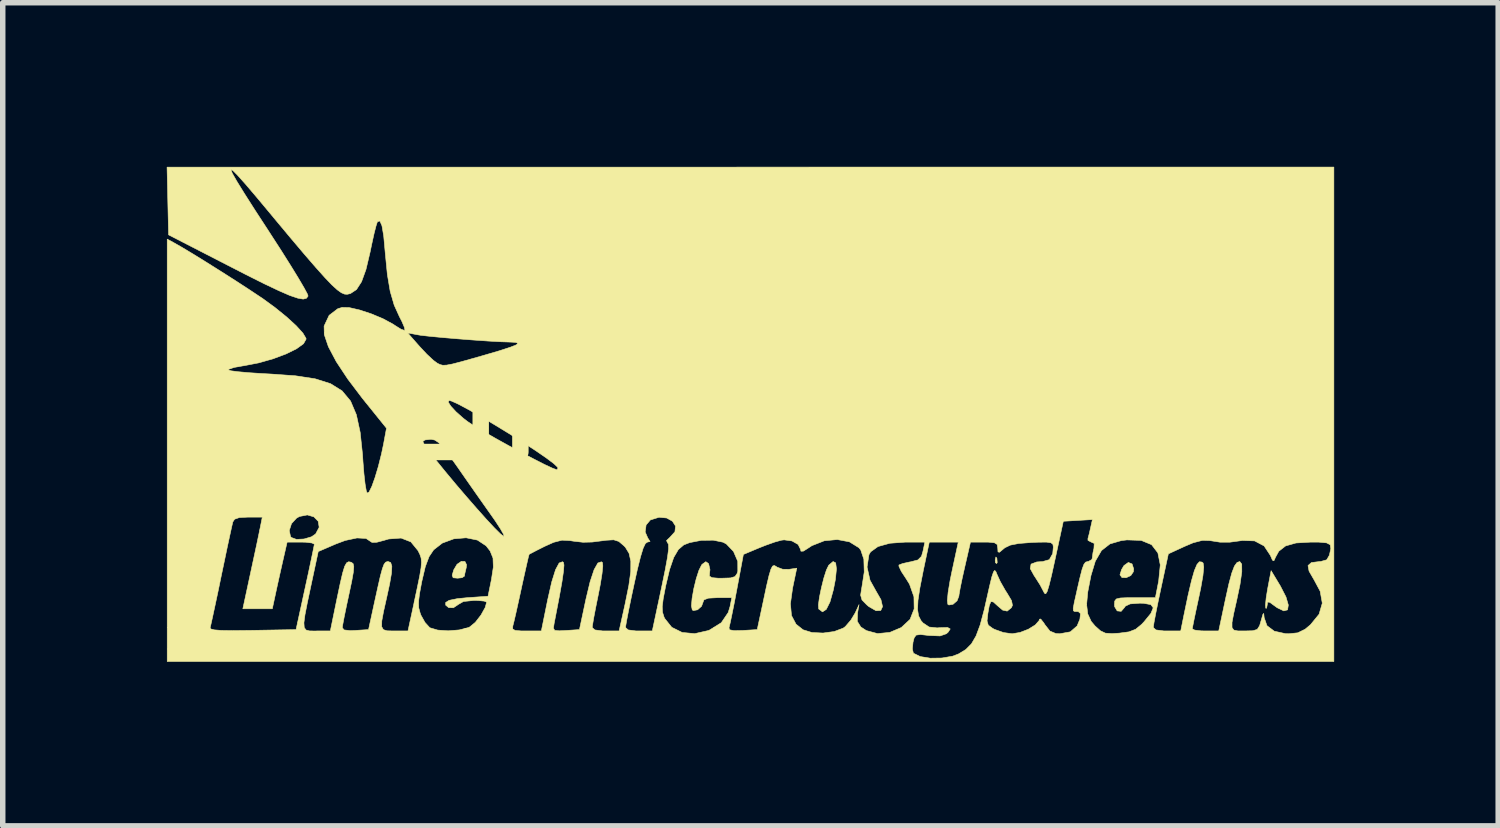
<source format=kicad_pcb>
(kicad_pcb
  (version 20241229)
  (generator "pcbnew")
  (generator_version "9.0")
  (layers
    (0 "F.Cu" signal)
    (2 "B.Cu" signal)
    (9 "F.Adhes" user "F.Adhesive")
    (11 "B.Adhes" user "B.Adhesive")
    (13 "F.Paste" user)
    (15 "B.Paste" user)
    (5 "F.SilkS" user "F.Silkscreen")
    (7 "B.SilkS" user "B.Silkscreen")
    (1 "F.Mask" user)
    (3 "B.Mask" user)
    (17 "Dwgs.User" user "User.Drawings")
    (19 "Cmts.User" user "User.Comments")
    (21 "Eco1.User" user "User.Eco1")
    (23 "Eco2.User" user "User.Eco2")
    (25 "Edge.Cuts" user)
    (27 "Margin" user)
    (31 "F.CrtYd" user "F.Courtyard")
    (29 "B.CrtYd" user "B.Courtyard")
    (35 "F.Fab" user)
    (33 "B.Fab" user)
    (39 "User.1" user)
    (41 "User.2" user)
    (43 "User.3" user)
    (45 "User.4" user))
  (footprint "LimeSimbol"
    (layer "F.Cu")
    (at 10.676 4.527)
    (property "Reference" "LimeSimbol" (at 0 0 0) (layer "F.SilkS") (effects (font (size 1.524 1.524) (thickness 0.3))))
    (attr through_hole)
    (fp_poly (pts (xy 4.505 2.632) (xy 4.511 2.711) (xy 4.501 2.729) (xy 4.478 2.714) (xy 4.474 2.663) (xy 4.487 2.609) (xy 4.505 2.632)) (stroke (width 0.01) (type solid)) (fill yes) (layer "F.SilkS"))
    (fp_poly (pts (xy 6.977 2.736) (xy 7.007 2.828) (xy 7.002 2.878) (xy 6.955 2.948) (xy 6.872 2.987) (xy 6.793 2.986) (xy 6.756 2.936) (xy 6.756 2.934) (xy 6.785 2.84) (xy 6.829 2.766) (xy 6.909 2.709) (xy 6.977 2.736)) (stroke (width 0.01) (type solid)) (fill yes) (layer "F.SilkS"))
    (fp_poly (pts (xy -5.223 2.691) (xy -5.193 2.752) (xy -5.2 2.807) (xy -5.225 2.912) (xy -5.232 2.959) (xy -5.276 2.988) (xy -5.357 2.997) (xy -5.439 2.989) (xy -5.457 2.943) (xy -5.428 2.845) (xy -5.367 2.742) (xy -5.289 2.689) (xy -5.223 2.691)) (stroke (width 0.01) (type solid)) (fill yes) (layer "F.SilkS"))
    (fp_poly (pts (xy 9.69 3.141) (xy 9.792 3.34) (xy 9.835 3.488) (xy 9.821 3.576) (xy 9.752 3.595) (xy 9.631 3.537) (xy 9.584 3.503) (xy 9.493 3.437) (xy 9.456 3.434) (xy 9.449 3.485) (xy 9.437 3.546) (xy 9.422 3.546) (xy 9.417 3.486) (xy 9.43 3.355) (xy 9.457 3.189) (xy 9.52 2.859) (xy 9.69 3.141)) (stroke (width 0.01) (type solid)) (fill yes) (layer "F.SilkS"))
    (fp_poly (pts (xy 1.557 2.717) (xy 1.571 2.827) (xy 1.552 3.019) (xy 1.515 3.209) (xy 1.453 3.431) (xy 1.385 3.567) (xy 1.316 3.613) (xy 1.249 3.562) (xy 1.246 3.558) (xy 1.241 3.484) (xy 1.26 3.345) (xy 1.296 3.171) (xy 1.34 2.995) (xy 1.387 2.848) (xy 1.429 2.761) (xy 1.43 2.759) (xy 1.51 2.692) (xy 1.557 2.717)) (stroke (width 0.01) (type solid)) (fill yes) (layer "F.SilkS"))
    (fp_poly (pts (xy 10.668 4.521) (xy -10.668 4.521) (xy -10.668 4.292) (xy 2.959 4.292) (xy 2.978 4.368) (xy 2.979 4.369) (xy 3.103 4.43) (xy 3.287 4.46) (xy 3.497 4.457) (xy 3.697 4.423) (xy 3.806 4.381) (xy 3.937 4.301) (xy 4.04 4.197) (xy 4.124 4.053) (xy 4.199 3.852) (xy 4.273 3.576) (xy 4.313 3.399) (xy 4.371 3.143) (xy 4.412 2.974) (xy 4.443 2.882) (xy 4.466 2.854) (xy 4.488 2.879) (xy 4.505 2.922) (xy 4.568 3.06) (xy 4.66 3.222) (xy 4.692 3.271) (xy 4.773 3.407) (xy 4.79 3.494) (xy 4.769 3.538) (xy 4.693 3.599) (xy 4.611 3.581) (xy 4.517 3.501) (xy 4.44 3.431) (xy 4.395 3.426) (xy 4.366 3.497) (xy 4.34 3.643) (xy 4.325 3.779) (xy 4.348 3.856) (xy 4.427 3.914) (xy 4.462 3.933) (xy 4.626 3.991) (xy 4.785 4.013) (xy 4.929 3.989) (xy 5.081 3.93) (xy 5.208 3.851) (xy 5.278 3.771) (xy 5.283 3.747) (xy 5.306 3.743) (xy 5.361 3.812) (xy 5.384 3.848) (xy 5.475 3.964) (xy 5.583 4.009) (xy 5.654 4.013) (xy 5.848 3.978) (xy 5.972 3.87) (xy 6.023 3.747) (xy 6.034 3.644) (xy 5.994 3.608) (xy 5.975 3.607) (xy 5.929 3.607) (xy 5.904 3.593) (xy 5.901 3.545) (xy 5.914 3.478) (xy 6.146 3.478) (xy 6.167 3.651) (xy 6.23 3.787) (xy 6.301 3.871) (xy 6.399 3.959) (xy 6.489 4.002) (xy 6.61 4.01) (xy 6.742 4.002) (xy 6.921 3.978) (xy 7.042 3.931) (xy 7.082 3.899) (xy 7.365 3.899) (xy 7.415 3.943) (xy 7.562 3.962) (xy 7.616 3.962) (xy 7.867 3.962) (xy 7.926 3.67) (xy 8.001 3.311) (xy 8.064 3.043) (xy 8.117 2.858) (xy 8.165 2.745) (xy 8.209 2.696) (xy 8.255 2.702) (xy 8.277 2.72) (xy 8.288 2.793) (xy 8.273 2.951) (xy 8.232 3.185) (xy 8.202 3.327) (xy 8.153 3.554) (xy 8.113 3.744) (xy 8.087 3.875) (xy 8.078 3.924) (xy 8.123 3.946) (xy 8.239 3.96) (xy 8.32 3.962) (xy 8.562 3.962) (xy 8.683 3.391) (xy 8.747 3.103) (xy 8.801 2.902) (xy 8.849 2.776) (xy 8.897 2.71) (xy 8.947 2.692) (xy 8.983 2.74) (xy 8.984 2.881) (xy 8.951 3.114) (xy 8.89 3.404) (xy 8.835 3.646) (xy 8.805 3.806) (xy 8.805 3.9) (xy 8.838 3.946) (xy 8.911 3.961) (xy 9.027 3.962) (xy 9.037 3.962) (xy 9.187 3.958) (xy 9.267 3.933) (xy 9.31 3.865) (xy 9.337 3.772) (xy 9.369 3.66) (xy 9.385 3.641) (xy 9.392 3.708) (xy 9.393 3.718) (xy 9.444 3.865) (xy 9.578 3.966) (xy 9.781 4.011) (xy 9.842 4.013) (xy 10.007 3.996) (xy 10.142 3.93) (xy 10.24 3.848) (xy 10.397 3.656) (xy 10.456 3.454) (xy 10.417 3.235) (xy 10.308 3.031) (xy 10.214 2.868) (xy 10.195 2.766) (xy 10.257 2.711) (xy 10.402 2.693) (xy 10.421 2.693) (xy 10.537 2.661) (xy 10.585 2.578) (xy 10.612 2.458) (xy 10.601 2.386) (xy 10.535 2.351) (xy 10.396 2.338) (xy 10.248 2.337) (xy 9.975 2.353) (xy 9.785 2.407) (xy 9.661 2.504) (xy 9.603 2.609) (xy 9.571 2.679) (xy 9.544 2.667) (xy 9.507 2.581) (xy 9.392 2.407) (xy 9.218 2.315) (xy 8.994 2.307) (xy 8.978 2.31) (xy 8.762 2.339) (xy 8.589 2.339) (xy 8.404 2.31) (xy 8.4 2.309) (xy 8.264 2.305) (xy 8.095 2.349) (xy 7.941 2.414) (xy 7.641 2.552) (xy 7.503 3.193) (xy 7.451 3.44) (xy 7.408 3.653) (xy 7.378 3.812) (xy 7.366 3.895) (xy 7.365 3.899) (xy 7.082 3.899) (xy 7.152 3.841) (xy 7.197 3.793) (xy 7.322 3.64) (xy 7.364 3.538) (xy 7.32 3.48) (xy 7.188 3.456) (xy 7.117 3.454) (xy 6.942 3.467) (xy 6.853 3.509) (xy 6.84 3.531) (xy 6.778 3.603) (xy 6.705 3.595) (xy 6.658 3.517) (xy 6.655 3.48) (xy 6.66 3.415) (xy 6.689 3.377) (xy 6.763 3.359) (xy 6.905 3.353) (xy 7.029 3.353) (xy 7.404 3.353) (xy 7.464 3.046) (xy 7.493 2.754) (xy 7.449 2.534) (xy 7.334 2.384) (xy 7.145 2.306) (xy 6.883 2.297) (xy 6.782 2.309) (xy 6.573 2.37) (xy 6.418 2.491) (xy 6.305 2.686) (xy 6.226 2.947) (xy 6.167 3.25) (xy 6.146 3.478) (xy 5.914 3.478) (xy 5.92 3.443) (xy 5.96 3.267) (xy 5.971 3.216) (xy 6.025 2.983) (xy 6.064 2.832) (xy 6.096 2.745) (xy 6.126 2.704) (xy 6.162 2.693) (xy 6.176 2.692) (xy 6.241 2.657) (xy 6.249 2.629) (xy 6.262 2.531) (xy 6.28 2.451) (xy 6.285 2.361) (xy 6.231 2.337) (xy 6.171 2.306) (xy 6.17 2.273) (xy 6.195 2.179) (xy 6.22 2.067) (xy 6.252 1.925) (xy 5.72 1.956) (xy 5.567 2.662) (xy 5.506 2.938) (xy 5.46 3.126) (xy 5.426 3.237) (xy 5.399 3.282) (xy 5.376 3.273) (xy 5.361 3.245) (xy 5.296 3.121) (xy 5.204 2.976) (xy 5.187 2.952) (xy 5.115 2.821) (xy 5.13 2.739) (xy 5.234 2.7) (xy 5.341 2.693) (xy 5.464 2.658) (xy 5.526 2.548) (xy 5.537 2.429) (xy 5.53 2.378) (xy 5.494 2.349) (xy 5.41 2.337) (xy 5.256 2.339) (xy 5.136 2.344) (xy 4.905 2.362) (xy 4.751 2.392) (xy 4.651 2.44) (xy 4.628 2.459) (xy 4.552 2.523) (xy 4.525 2.516) (xy 4.521 2.446) (xy 4.51 2.38) (xy 4.458 2.348) (xy 4.34 2.337) (xy 4.272 2.337) (xy 4.022 2.337) (xy 3.916 2.798) (xy 3.869 3.007) (xy 3.833 3.183) (xy 3.813 3.298) (xy 3.81 3.325) (xy 3.777 3.41) (xy 3.703 3.474) (xy 3.628 3.487) (xy 3.608 3.475) (xy 3.599 3.407) (xy 3.613 3.257) (xy 3.648 3.045) (xy 3.681 2.883) (xy 3.799 2.337) (xy 3.269 2.337) (xy 3.158 2.863) (xy 3.097 3.173) (xy 3.062 3.403) (xy 3.054 3.568) (xy 3.073 3.686) (xy 3.118 3.774) (xy 3.154 3.815) (xy 3.266 3.89) (xy 3.414 3.906) (xy 3.459 3.902) (xy 3.603 3.898) (xy 3.652 3.925) (xy 3.612 3.986) (xy 3.581 4.013) (xy 3.466 4.053) (xy 3.267 4.045) (xy 3.255 4.044) (xy 3.106 4.027) (xy 3.028 4.038) (xy 2.992 4.088) (xy 2.971 4.169) (xy 2.959 4.292) (xy -10.668 4.292) (xy -10.668 3.9) (xy -9.883 3.9) (xy -9.87 3.925) (xy -9.807 3.942) (xy -9.68 3.952) (xy -9.478 3.955) (xy -9.188 3.952) (xy -9.108 3.951) (xy -8.312 3.937) (xy -8.285 3.813) (xy -8.168 3.813) (xy -8.162 3.9) (xy -8.128 3.945) (xy -8.065 3.961) (xy -7.971 3.963) (xy -7.932 3.962) (xy -7.685 3.962) (xy -7.564 3.374) (xy -7.505 3.095) (xy -7.46 2.902) (xy -7.423 2.78) (xy -7.387 2.716) (xy -7.349 2.696) (xy -7.301 2.706) (xy -7.3 2.707) (xy -7.268 2.731) (xy -7.256 2.785) (xy -7.264 2.886) (xy -7.293 3.05) (xy -7.343 3.286) (xy -7.392 3.514) (xy -7.432 3.709) (xy -7.458 3.847) (xy -7.466 3.902) (xy -7.433 3.943) (xy -7.322 3.956) (xy -7.227 3.952) (xy -6.986 3.937) (xy -6.881 3.454) (xy -6.817 3.164) (xy -6.77 2.958) (xy -6.733 2.823) (xy -6.703 2.743) (xy -6.674 2.705) (xy -6.642 2.693) (xy -6.628 2.692) (xy -6.581 2.711) (xy -6.56 2.777) (xy -6.566 2.902) (xy -6.6 3.1) (xy -6.655 3.353) (xy -6.712 3.607) (xy -6.744 3.779) (xy -6.746 3.884) (xy -6.715 3.938) (xy -6.647 3.959) (xy -6.538 3.962) (xy -6.511 3.962) (xy -6.265 3.962) (xy -6.158 3.467) (xy -6.151 3.432) (xy -6.072 3.432) (xy -6.068 3.54) (xy -6.042 3.635) (xy -6.027 3.675) (xy -5.953 3.807) (xy -5.87 3.898) (xy -5.859 3.905) (xy -5.721 3.946) (xy -5.53 3.959) (xy -5.328 3.943) (xy -5.257 3.925) (xy -4.351 3.925) (xy -4.305 3.952) (xy -4.189 3.962) (xy -4.101 3.962) (xy -3.826 3.962) (xy -3.71 3.391) (xy -3.636 3.066) (xy -3.566 2.842) (xy -3.5 2.719) (xy -3.438 2.696) (xy -3.421 2.709) (xy -3.412 2.757) (xy -3.421 2.871) (xy -3.448 3.059) (xy -3.496 3.328) (xy -3.565 3.686) (xy -3.592 3.826) (xy -3.605 3.911) (xy -3.582 3.951) (xy -3.499 3.959) (xy -3.375 3.953) (xy -3.129 3.937) (xy -3.01 3.378) (xy -2.934 3.061) (xy -2.861 2.841) (xy -2.792 2.719) (xy -2.727 2.697) (xy -2.708 2.711) (xy -2.702 2.773) (xy -2.716 2.913) (xy -2.747 3.107) (xy -2.783 3.292) (xy -2.829 3.519) (xy -2.866 3.712) (xy -2.889 3.848) (xy -2.896 3.899) (xy -2.847 3.943) (xy -2.701 3.962) (xy -2.65 3.962) (xy -2.404 3.962) (xy -2.39 3.899) (xy -2.287 3.899) (xy -2.237 3.943) (xy -2.092 3.962) (xy -2.042 3.962) (xy -1.797 3.962) (xy -1.702 3.517) (xy -1.615 3.517) (xy -1.61 3.619) (xy -1.583 3.705) (xy -1.571 3.732) (xy -1.441 3.895) (xy -1.251 3.989) (xy -1.022 4.011) (xy -0.775 3.955) (xy -0.748 3.944) (xy -0.68 3.902) (xy -0.394 3.902) (xy -0.385 3.94) (xy -0.306 3.956) (xy -0.148 3.953) (xy 0.122 3.937) (xy 0.233 3.419) (xy 0.292 3.142) (xy 0.337 2.951) (xy 0.372 2.834) (xy 0.402 2.776) (xy 0.434 2.764) (xy 0.472 2.785) (xy 0.483 2.794) (xy 0.586 2.833) (xy 0.701 2.835) (xy 0.845 2.814) (xy 0.769 3.178) (xy 0.729 3.465) (xy 0.749 3.681) (xy 0.832 3.838) (xy 0.96 3.94) (xy 1.121 3.99) (xy 1.326 4) (xy 1.531 3.972) (xy 1.695 3.91) (xy 1.733 3.882) (xy 1.835 3.763) (xy 1.914 3.632) (xy 1.984 3.48) (xy 1.957 3.632) (xy 1.952 3.786) (xy 2.017 3.889) (xy 2.118 3.955) (xy 2.322 4.01) (xy 2.547 3.988) (xy 2.757 3.899) (xy 2.917 3.75) (xy 2.918 3.748) (xy 2.992 3.559) (xy 2.988 3.336) (xy 2.907 3.106) (xy 2.841 3) (xy 2.758 2.874) (xy 2.715 2.783) (xy 2.713 2.756) (xy 2.778 2.73) (xy 2.901 2.702) (xy 2.931 2.697) (xy 3.061 2.663) (xy 3.126 2.597) (xy 3.154 2.501) (xy 3.188 2.337) (xy 2.836 2.337) (xy 2.547 2.358) (xy 2.331 2.418) (xy 2.196 2.515) (xy 2.165 2.568) (xy 2.131 2.793) (xy 2.185 3.035) (xy 2.288 3.221) (xy 2.385 3.39) (xy 2.414 3.517) (xy 2.381 3.588) (xy 2.295 3.592) (xy 2.163 3.516) (xy 2.125 3.484) (xy 2.038 3.395) (xy 2.013 3.307) (xy 2.033 3.174) (xy 2.035 3.168) (xy 2.079 2.885) (xy 2.072 2.65) (xy 2.015 2.481) (xy 1.982 2.44) (xy 1.808 2.332) (xy 1.586 2.29) (xy 1.348 2.313) (xy 1.122 2.402) (xy 1.069 2.437) (xy 0.967 2.502) (xy 0.922 2.504) (xy 0.914 2.469) (xy 0.87 2.38) (xy 0.758 2.316) (xy 0.615 2.296) (xy 0.566 2.302) (xy 0.445 2.335) (xy 0.276 2.395) (xy 0.15 2.445) (xy -0.131 2.563) (xy -0.25 3.199) (xy -0.297 3.446) (xy -0.34 3.659) (xy -0.373 3.817) (xy -0.393 3.899) (xy -0.394 3.902) (xy -0.68 3.902) (xy -0.535 3.811) (xy -0.408 3.624) (xy -0.375 3.515) (xy -0.343 3.353) (xy -0.603 3.353) (xy -0.77 3.362) (xy -0.851 3.392) (xy -0.864 3.423) (xy -0.896 3.51) (xy -0.969 3.575) (xy -1.045 3.589) (xy -1.066 3.577) (xy -1.081 3.503) (xy -1.069 3.364) (xy -1.038 3.189) (xy -0.994 3.008) (xy -0.944 2.853) (xy -0.894 2.753) (xy -0.885 2.743) (xy -0.818 2.695) (xy -0.772 2.727) (xy -0.766 2.736) (xy -0.742 2.841) (xy -0.749 2.901) (xy -0.752 2.958) (xy -0.707 2.987) (xy -0.593 2.997) (xy -0.519 2.997) (xy -0.366 2.992) (xy -0.284 2.967) (xy -0.245 2.91) (xy -0.233 2.871) (xy -0.234 2.688) (xy -0.311 2.509) (xy -0.442 2.372) (xy -0.503 2.339) (xy -0.681 2.302) (xy -0.901 2.305) (xy -1.113 2.346) (xy -1.221 2.388) (xy -1.32 2.473) (xy -1.405 2.618) (xy -1.481 2.839) (xy -1.554 3.147) (xy -1.555 3.154) (xy -1.597 3.371) (xy -1.615 3.517) (xy -1.702 3.517) (xy -1.627 3.165) (xy -1.561 2.846) (xy -1.519 2.615) (xy -1.499 2.462) (xy -1.501 2.376) (xy -1.519 2.347) (xy -1.537 2.309) (xy -1.477 2.252) (xy -1.383 2.148) (xy -1.372 2.044) (xy -1.428 1.955) (xy -1.534 1.896) (xy -1.674 1.883) (xy -1.829 1.931) (xy -1.832 1.932) (xy -1.91 2.024) (xy -1.927 2.152) (xy -1.876 2.269) (xy -1.869 2.276) (xy -1.838 2.326) (xy -1.886 2.337) (xy -1.923 2.363) (xy -1.964 2.449) (xy -2.012 2.605) (xy -2.071 2.842) (xy -2.125 3.086) (xy -2.182 3.352) (xy -2.23 3.586) (xy -2.265 3.767) (xy -2.284 3.877) (xy -2.287 3.899) (xy -2.39 3.899) (xy -2.294 3.467) (xy -2.226 3.131) (xy -2.191 2.876) (xy -2.19 2.685) (xy -2.222 2.542) (xy -2.289 2.432) (xy -2.315 2.405) (xy -2.409 2.325) (xy -2.502 2.295) (xy -2.639 2.303) (xy -2.684 2.309) (xy -2.897 2.336) (xy -3.064 2.34) (xy -3.238 2.32) (xy -3.307 2.309) (xy -3.449 2.302) (xy -3.601 2.341) (xy -3.764 2.414) (xy -3.911 2.488) (xy -4.014 2.542) (xy -4.049 2.56) (xy -4.063 2.61) (xy -4.093 2.74) (xy -4.136 2.931) (xy -4.187 3.162) (xy -4.19 3.177) (xy -4.243 3.42) (xy -4.29 3.632) (xy -4.327 3.791) (xy -4.348 3.873) (xy -4.351 3.925) (xy -5.257 3.925) (xy -5.161 3.9) (xy -5.135 3.888) (xy -5.033 3.804) (xy -4.93 3.671) (xy -4.852 3.531) (xy -4.826 3.434) (xy -4.872 3.416) (xy -4.987 3.405) (xy -5.062 3.404) (xy -5.25 3.423) (xy -5.355 3.483) (xy -5.359 3.488) (xy -5.435 3.538) (xy -5.521 3.535) (xy -5.575 3.49) (xy -5.576 3.442) (xy -5.513 3.402) (xy -5.361 3.371) (xy -5.178 3.353) (xy -4.801 3.327) (xy -4.739 3.023) (xy -4.704 2.794) (xy -4.71 2.629) (xy -4.763 2.499) (xy -4.836 2.405) (xy -4.995 2.3) (xy -5.202 2.258) (xy -5.426 2.277) (xy -5.637 2.355) (xy -5.795 2.478) (xy -5.879 2.603) (xy -5.948 2.786) (xy -6.01 3.048) (xy -6.013 3.061) (xy -6.054 3.282) (xy -6.072 3.432) (xy -6.151 3.432) (xy -6.095 3.171) (xy -6.051 2.957) (xy -6.026 2.807) (xy -6.018 2.703) (xy -6.025 2.628) (xy -6.047 2.563) (xy -6.082 2.492) (xy -6.083 2.491) (xy -6.212 2.333) (xy -6.391 2.263) (xy -6.618 2.28) (xy -6.703 2.305) (xy -6.835 2.34) (xy -6.921 2.343) (xy -6.935 2.335) (xy -7.032 2.27) (xy -7.197 2.261) (xy -7.413 2.307) (xy -7.581 2.37) (xy -7.906 2.51) (xy -8.043 3.151) (xy -8.107 3.453) (xy -8.149 3.668) (xy -8.168 3.813) (xy -8.285 3.813) (xy -8.146 3.175) (xy -8.088 2.909) (xy -8.039 2.678) (xy -8.002 2.501) (xy -7.981 2.396) (xy -7.977 2.375) (xy -8.022 2.353) (xy -8.138 2.339) (xy -8.226 2.337) (xy -8.475 2.337) (xy -8.555 2.687) (xy -8.606 2.913) (xy -8.657 3.143) (xy -8.69 3.296) (xy -8.746 3.556) (xy -9.285 3.556) (xy -9.14 2.883) (xy -9.083 2.619) (xy -9.031 2.377) (xy -8.99 2.181) (xy -8.979 2.125) (xy -8.436 2.125) (xy -8.413 2.235) (xy -8.399 2.252) (xy -8.305 2.287) (xy -8.166 2.28) (xy -8.03 2.24) (xy -7.954 2.188) (xy -7.889 2.066) (xy -7.907 1.956) (xy -7.986 1.875) (xy -8.106 1.84) (xy -8.248 1.868) (xy -8.302 1.898) (xy -8.395 1.999) (xy -8.436 2.125) (xy -8.979 2.125) (xy -8.964 2.056) (xy -8.962 2.045) (xy -8.929 1.88) (xy -9.186 1.88) (xy -9.348 1.888) (xy -9.435 1.918) (xy -9.468 1.968) (xy -9.486 2.045) (xy -9.521 2.204) (xy -9.569 2.426) (xy -9.625 2.694) (xy -9.678 2.946) (xy -9.738 3.237) (xy -9.793 3.495) (xy -9.838 3.704) (xy -9.869 3.845) (xy -9.883 3.9) (xy -10.668 3.9) (xy -10.668 -3.204) (xy -10.555 -3.143) (xy -10.414 -3.063) (xy -10.209 -2.94) (xy -9.961 -2.787) (xy -9.691 -2.617) (xy -9.419 -2.444) (xy -9.167 -2.28) (xy -8.955 -2.139) (xy -8.93 -2.123) (xy -8.697 -1.953) (xy -8.485 -1.781) (xy -8.31 -1.621) (xy -8.187 -1.486) (xy -8.13 -1.39) (xy -8.128 -1.375) (xy -8.175 -1.291) (xy -8.304 -1.198) (xy -8.495 -1.104) (xy -8.731 -1.016) (xy -8.994 -0.941) (xy -9.263 -0.889) (xy -9.296 -0.884) (xy -9.441 -0.858) (xy -9.533 -0.828) (xy -9.55 -0.812) (xy -9.503 -0.796) (xy -9.371 -0.779) (xy -9.172 -0.761) (xy -8.924 -0.745) (xy -8.776 -0.737) (xy -8.325 -0.705) (xy -7.964 -0.65) (xy -7.682 -0.561) (xy -7.47 -0.429) (xy -7.315 -0.243) (xy -7.209 0.007) (xy -7.139 0.33) (xy -7.096 0.737) (xy -7.088 0.864) (xy -7.07 1.088) (xy -7.049 1.275) (xy -7.027 1.401) (xy -7.011 1.441) (xy -6.976 1.42) (xy -6.926 1.319) (xy -6.868 1.157) (xy -6.807 0.953) (xy -6.75 0.726) (xy -6.711 0.541) (xy -6.703 0.497) (xy -5.994 0.497) (xy -5.963 0.559) (xy -5.875 0.681) (xy -5.743 0.85) (xy -5.578 1.053) (xy -5.394 1.274) (xy -5.2 1.501) (xy -5.009 1.72) (xy -4.834 1.916) (xy -4.684 2.077) (xy -4.573 2.187) (xy -4.513 2.234) (xy -4.509 2.235) (xy -4.516 2.197) (xy -4.573 2.096) (xy -4.668 1.95) (xy -4.726 1.867) (xy -4.866 1.669) (xy -5.039 1.423) (xy -5.22 1.164) (xy -5.349 0.978) (xy -5.506 0.757) (xy -5.62 0.608) (xy -5.705 0.517) (xy -5.775 0.471) (xy -5.841 0.457) (xy -5.853 0.457) (xy -5.955 0.469) (xy -5.994 0.497) (xy -6.703 0.497) (xy -6.658 0.254) (xy -7.044 -0.225) (xy -5.53 -0.225) (xy -5.482 -0.15) (xy -5.386 -0.046) (xy -5.254 0.071) (xy -5.175 0.132) (xy -5.06 0.208) (xy -4.885 0.313) (xy -4.67 0.436) (xy -4.432 0.568) (xy -4.19 0.699) (xy -3.962 0.818) (xy -3.766 0.918) (xy -3.62 0.986) (xy -3.543 1.014) (xy -3.54 1.015) (xy -3.522 0.984) (xy -3.53 0.966) (xy -3.597 0.902) (xy -3.734 0.799) (xy -3.927 0.666) (xy -4.159 0.515) (xy -4.414 0.354) (xy -4.676 0.194) (xy -4.928 0.044) (xy -5.155 -0.085) (xy -5.34 -0.184) (xy -5.468 -0.242) (xy -5.512 -0.254) (xy -5.53 -0.225) (xy -7.044 -0.225) (xy -7.096 -0.289) (xy -7.367 -0.647) (xy -7.577 -0.965) (xy -7.721 -1.238) (xy -7.796 -1.459) (xy -7.796 -1.489) (xy -6.271 -1.489) (xy -6.052 -1.24) (xy -5.921 -1.1) (xy -5.801 -0.988) (xy -5.728 -0.934) (xy -5.679 -0.91) (xy -5.628 -0.897) (xy -5.558 -0.9) (xy -5.452 -0.92) (xy -5.294 -0.961) (xy -5.066 -1.025) (xy -4.877 -1.079) (xy -4.587 -1.164) (xy -4.391 -1.228) (xy -4.281 -1.272) (xy -4.253 -1.301) (xy -4.3 -1.316) (xy -4.394 -1.321) (xy -4.568 -1.327) (xy -4.804 -1.34) (xy -5.076 -1.359) (xy -5.36 -1.381) (xy -5.63 -1.404) (xy -5.862 -1.426) (xy -6.031 -1.445) (xy -6.085 -1.454) (xy -6.271 -1.489) (xy -7.796 -1.489) (xy -7.799 -1.614) (xy -7.707 -1.81) (xy -7.55 -1.93) (xy -7.47 -1.955) (xy -7.34 -1.952) (xy -7.152 -1.909) (xy -6.936 -1.838) (xy -6.721 -1.748) (xy -6.538 -1.649) (xy -6.496 -1.621) (xy -6.392 -1.556) (xy -6.327 -1.534) (xy -6.321 -1.536) (xy -6.33 -1.59) (xy -6.378 -1.702) (xy -6.42 -1.783) (xy -6.517 -1.997) (xy -6.59 -2.248) (xy -6.642 -2.556) (xy -6.68 -2.943) (xy -6.683 -2.977) (xy -6.709 -3.263) (xy -6.741 -3.449) (xy -6.779 -3.536) (xy -6.822 -3.522) (xy -6.826 -3.515) (xy -6.849 -3.446) (xy -6.886 -3.301) (xy -6.929 -3.105) (xy -6.958 -2.965) (xy -7.033 -2.649) (xy -7.114 -2.425) (xy -7.207 -2.281) (xy -7.318 -2.208) (xy -7.375 -2.195) (xy -7.424 -2.198) (xy -7.483 -2.223) (xy -7.558 -2.277) (xy -7.657 -2.367) (xy -7.784 -2.5) (xy -7.948 -2.683) (xy -8.155 -2.922) (xy -8.412 -3.226) (xy -8.724 -3.6) (xy -8.781 -3.669) (xy -9.038 -3.977) (xy -9.239 -4.213) (xy -9.384 -4.375) (xy -9.472 -4.463) (xy -9.503 -4.474) (xy -9.478 -4.408) (xy -9.396 -4.264) (xy -9.257 -4.039) (xy -9.062 -3.733) (xy -8.809 -3.345) (xy -8.768 -3.281) (xy -8.578 -2.987) (xy -8.41 -2.72) (xy -8.27 -2.492) (xy -8.166 -2.315) (xy -8.105 -2.201) (xy -8.092 -2.163) (xy -8.122 -2.122) (xy -8.181 -2.107) (xy -8.279 -2.124) (xy -8.425 -2.173) (xy -8.627 -2.261) (xy -8.895 -2.388) (xy -9.238 -2.56) (xy -9.474 -2.681) (xy -10.643 -3.282) (xy -10.657 -3.901) (xy -10.671 -4.52) (xy -0.002 -4.521) (xy 10.668 -4.522) (xy 10.668 4.521)) (stroke (width 0.01) (type solid)) (fill yes) (layer "F.SilkS")))
  (gr_rect
    (start -3 -3)
    (end 24.349 12.053)
    (stroke (width 0.1) (type default))
    (fill no)
    (layer "Edge.Cuts")))
</source>
